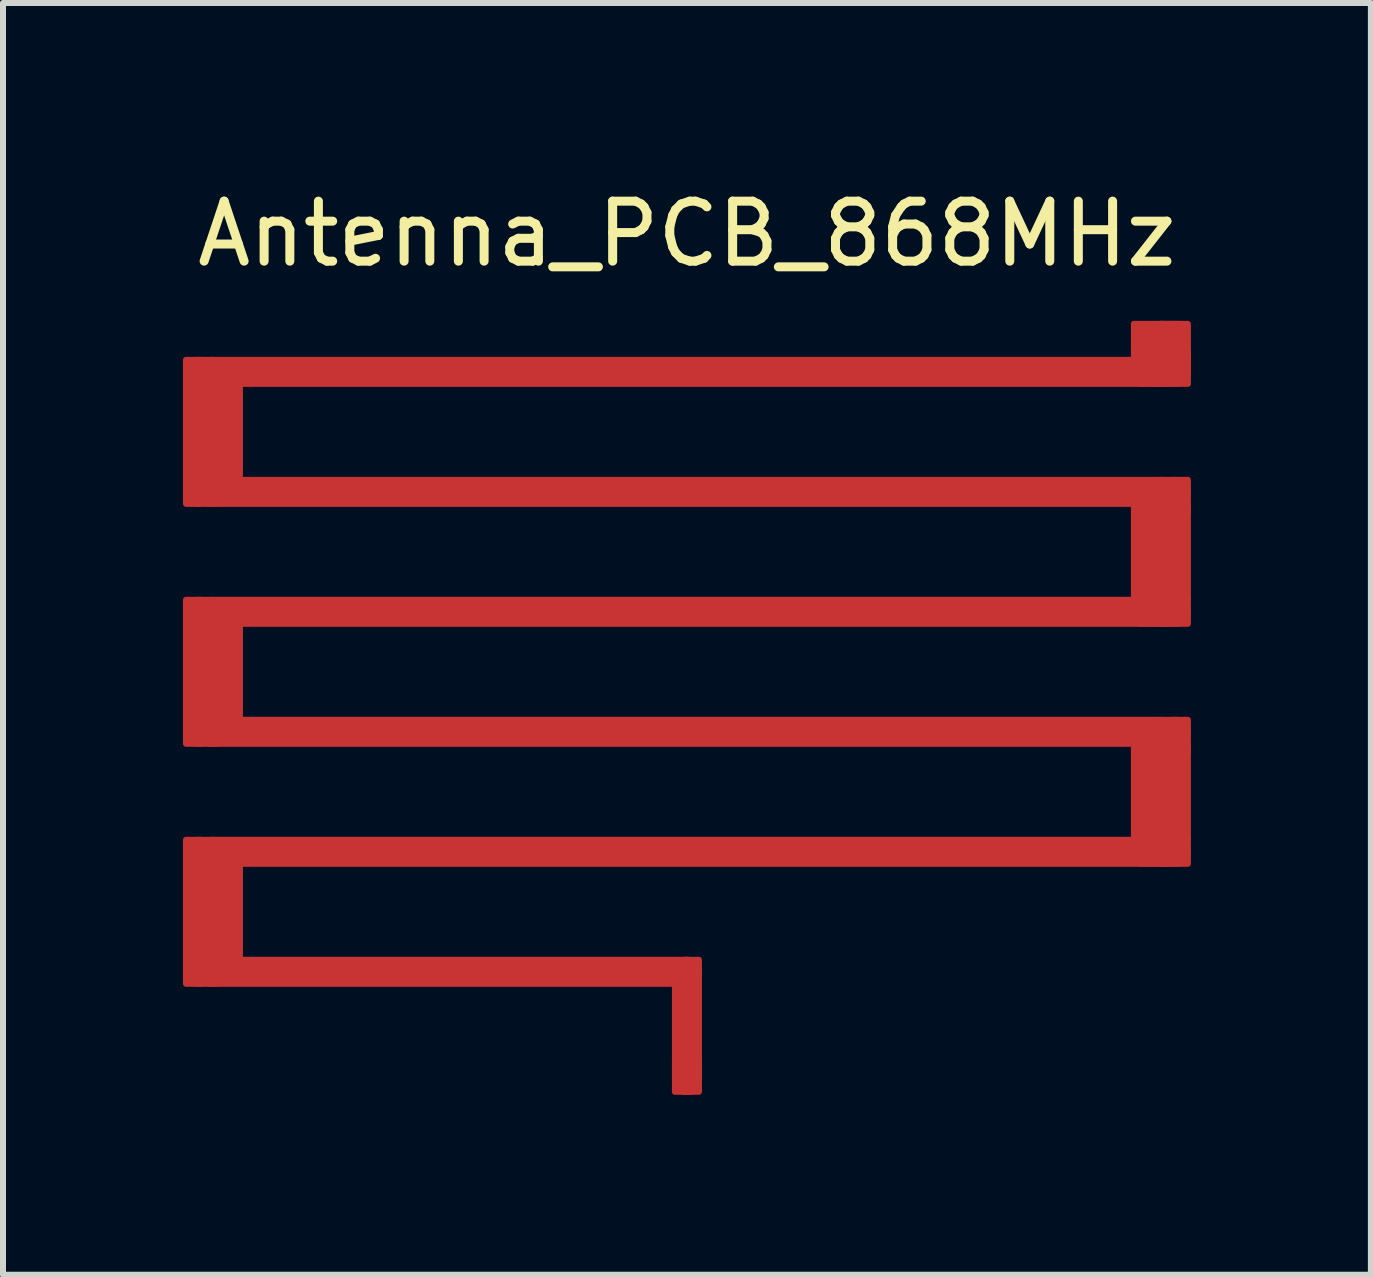
<source format=kicad_pcb>
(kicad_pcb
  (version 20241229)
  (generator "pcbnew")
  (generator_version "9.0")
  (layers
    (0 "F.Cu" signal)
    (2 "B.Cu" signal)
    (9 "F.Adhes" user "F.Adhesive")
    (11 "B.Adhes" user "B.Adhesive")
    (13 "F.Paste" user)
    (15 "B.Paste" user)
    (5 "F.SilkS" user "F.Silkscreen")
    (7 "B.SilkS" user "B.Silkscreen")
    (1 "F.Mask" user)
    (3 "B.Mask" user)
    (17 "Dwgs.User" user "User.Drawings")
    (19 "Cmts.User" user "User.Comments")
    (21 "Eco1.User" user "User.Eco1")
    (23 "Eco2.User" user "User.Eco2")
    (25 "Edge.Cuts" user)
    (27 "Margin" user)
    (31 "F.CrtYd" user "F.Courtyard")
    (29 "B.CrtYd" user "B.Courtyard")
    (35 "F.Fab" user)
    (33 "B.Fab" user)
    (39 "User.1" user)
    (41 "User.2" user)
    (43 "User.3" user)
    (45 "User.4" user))
  (footprint "Antenna_PCB_868MHz"
    (layer "F.Cu")
    (at 8.4 8.148)
    (property "Reference" "Antenna_PCB_868MHz" (at 0 -7.3 0) (layer "F.SilkS") (effects (font (size 1 1) (thickness 0.15))))
    (attr through_hole)
    (fp_line (start -7.9 -3.25) (end -7.9 -4.75) (stroke (width 1) (type solid)) (layer "F.Cu"))
    (fp_line (start -7.9 0.75) (end -7.9 -0.75) (stroke (width 1) (type solid)) (layer "F.Cu"))
    (fp_line (start -7.9 4.75) (end -7.9 3.25) (stroke (width 1) (type solid)) (layer "F.Cu"))
    (fp_line (start 0 5) (end -8.15 5) (stroke (width 0.5) (type solid)) (layer "F.Cu"))
    (fp_line (start 0 6.8) (end 0 5) (stroke (width 0.5) (type solid)) (layer "F.Cu"))
    (fp_line (start 7.9 -5.25) (end 7.9 -5.35) (stroke (width 1) (type solid)) (layer "F.Cu"))
    (fp_line (start 7.9 -1.25) (end 7.9 -2.75) (stroke (width 1) (type solid)) (layer "F.Cu"))
    (fp_line (start 7.9 2.75) (end 7.9 1.25) (stroke (width 1) (type solid)) (layer "F.Cu"))
    (fp_line (start 8.15 -5) (end -8.15 -5) (stroke (width 0.5) (type solid)) (layer "F.Cu"))
    (fp_line (start 8.15 -3) (end -8.15 -3) (stroke (width 0.5) (type solid)) (layer "F.Cu"))
    (fp_line (start 8.15 -1) (end -8.15 -1) (stroke (width 0.5) (type solid)) (layer "F.Cu"))
    (fp_line (start 8.15 1) (end -8.15 1) (stroke (width 0.5) (type solid)) (layer "F.Cu"))
    (fp_line (start 8.15 3) (end -8.15 3) (stroke (width 0.5) (type solid)) (layer "F.Cu"))
    (fp_poly (pts (xy -8.35 -5.2) (xy -8.35 -5.062) (xy -8.35 -4.65) (xy -8.1 -5.2)) (stroke (width 0.1) (type solid)) (fill yes) (layer "F.Cu"))
    (fp_poly (pts (xy -8.35 -2.8) (xy -8.35 -2.938) (xy -8.35 -3.35) (xy -8.1 -2.8)) (stroke (width 0.1) (type solid)) (fill yes) (layer "F.Cu"))
    (fp_poly (pts (xy -8.35 -1.2) (xy -8.35 -1.062) (xy -8.35 -0.65) (xy -8.1 -1.2)) (stroke (width 0.1) (type solid)) (fill yes) (layer "F.Cu"))
    (fp_poly (pts (xy -8.35 1.2) (xy -8.35 1.062) (xy -8.35 0.65) (xy -8.1 1.2)) (stroke (width 0.1) (type solid)) (fill yes) (layer "F.Cu"))
    (fp_poly (pts (xy -8.35 2.8) (xy -8.35 2.938) (xy -8.35 3.35) (xy -8.1 2.8)) (stroke (width 0.1) (type solid)) (fill yes) (layer "F.Cu"))
    (fp_poly (pts (xy -8.35 5.2) (xy -8.35 5.062) (xy -8.35 4.65) (xy -8.1 5.2)) (stroke (width 0.1) (type solid)) (fill yes) (layer "F.Cu"))
    (fp_poly (pts (xy -0.2 7) (xy -0.2 6.862) (xy -0.2 6.45) (xy 0.05 7)) (stroke (width 0.1) (type solid)) (fill yes) (layer "F.Cu"))
    (fp_poly (pts (xy 0.2 4.8) (xy 0.2 4.938) (xy 0.2 5.062) (xy -0.05 4.8)) (stroke (width 0.1) (type solid)) (fill yes) (layer "F.Cu"))
    (fp_poly (pts (xy 0.2 7) (xy 0.2 6.862) (xy 0.2 6.45) (xy -0.05 7)) (stroke (width 0.1) (type solid)) (fill yes) (layer "F.Cu"))
    (fp_poly (pts (xy 7.45 -5.8) (xy 7.588 -5.8) (xy 8.25 -5.8) (xy 7.45 -5.35)) (stroke (width 0.1) (type solid)) (fill yes) (layer "F.Cu"))
    (fp_poly (pts (xy 8.35 -5.8) (xy 8.35 -5.662) (xy 8.35 -5) (xy 7.9 -5.8)) (stroke (width 0.1) (type solid)) (fill yes) (layer "F.Cu"))
    (fp_poly (pts (xy 8.35 -4.8) (xy 8.213 -4.8) (xy 7.55 -4.8) (xy 8.35 -5.25)) (stroke (width 0.1) (type solid)) (fill yes) (layer "F.Cu"))
    (fp_poly (pts (xy 8.35 -3.2) (xy 8.35 -3.062) (xy 8.35 -2.65) (xy 8.1 -3.2)) (stroke (width 0.1) (type solid)) (fill yes) (layer "F.Cu"))
    (fp_poly (pts (xy 8.35 -0.8) (xy 8.213 -0.8) (xy 7.55 -0.8) (xy 8.35 -1.25)) (stroke (width 0.1) (type solid)) (fill yes) (layer "F.Cu"))
    (fp_poly (pts (xy 8.35 0.8) (xy 8.35 0.938) (xy 8.35 1.35) (xy 8.1 0.8)) (stroke (width 0.1) (type solid)) (fill yes) (layer "F.Cu"))
    (fp_poly (pts (xy 8.35 3.2) (xy 8.213 3.2) (xy 7.55 3.2) (xy 8.35 2.75)) (stroke (width 0.1) (type solid)) (fill yes) (layer "F.Cu"))
    (pad "1" smd rect (at 0 6.8) (size 0.4 0.4) (layers "F.Cu")))
  (gr_rect
    (start -3 -3)
    (end 19.8 18.198)
    (stroke (width 0.1) (type default))
    (fill no)
    (layer "Edge.Cuts")))
</source>
